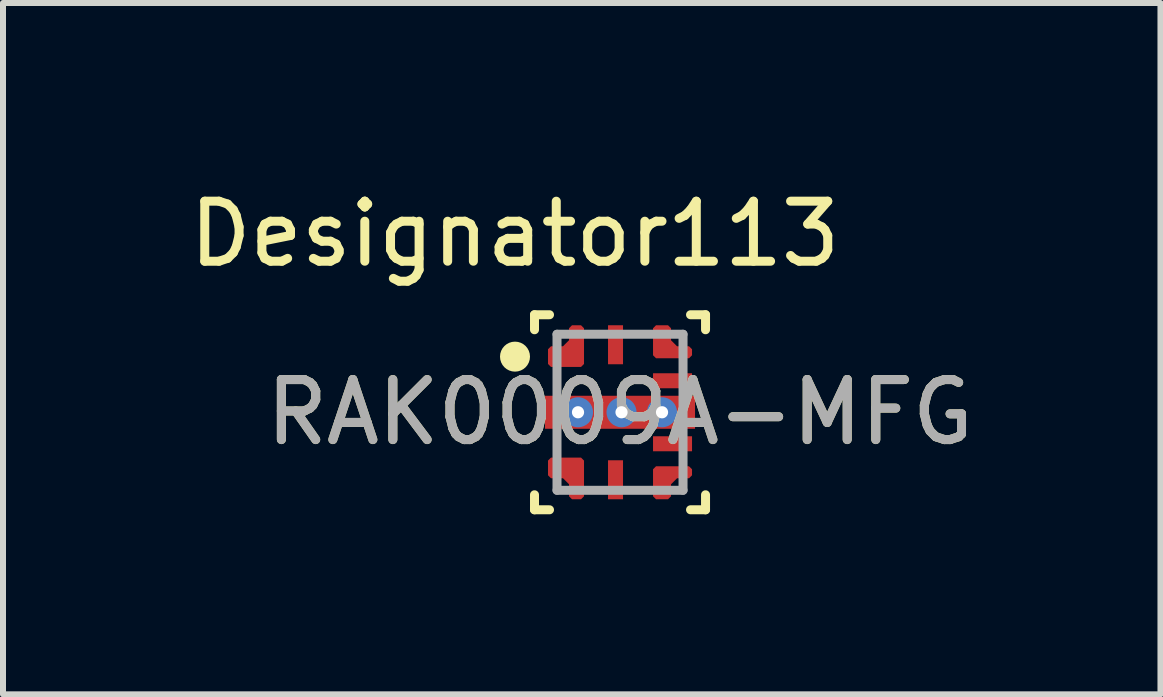
<source format=kicad_pcb>
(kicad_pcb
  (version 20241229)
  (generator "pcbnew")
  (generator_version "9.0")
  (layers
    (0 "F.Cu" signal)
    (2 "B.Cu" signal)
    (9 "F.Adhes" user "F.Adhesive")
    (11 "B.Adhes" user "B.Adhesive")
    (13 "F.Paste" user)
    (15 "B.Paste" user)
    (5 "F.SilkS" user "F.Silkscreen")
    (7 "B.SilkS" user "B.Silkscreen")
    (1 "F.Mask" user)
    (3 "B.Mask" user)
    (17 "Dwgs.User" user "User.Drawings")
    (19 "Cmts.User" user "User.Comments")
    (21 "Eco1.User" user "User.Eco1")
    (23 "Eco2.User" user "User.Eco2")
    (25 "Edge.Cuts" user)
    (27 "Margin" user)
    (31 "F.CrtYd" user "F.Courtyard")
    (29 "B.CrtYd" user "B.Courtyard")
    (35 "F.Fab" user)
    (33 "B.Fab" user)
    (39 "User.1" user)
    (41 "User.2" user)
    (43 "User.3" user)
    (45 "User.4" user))
  (footprint "RAK0009A-MFG"
    (layer "F.Cu")
    (at 7.282 3.82)
    (property "Reference" "RAK0009A-MFG" (at 0 0 0) (unlocked yes) (layer "F.SilkS") (effects (font (size 1 1) (thickness 0.15))))
    (attr smd)
    (fp_poly (pts (xy -1.15 -0.755) (xy -1.2 -0.805) (xy -1.2 -1.05) (xy -1.15 -1.1) (xy -0.95 -1.1) (xy -0.85 -1.2) (xy -0.85 -1.4) (xy -0.8 -1.45) (xy -0.65 -1.45) (xy -0.6 -1.4) (xy -0.6 -0.805) (xy -0.65 -0.755)) (stroke (width 0) (type solid)) (fill yes) (layer "F.Cu"))
    (fp_poly (pts (xy -1.15 0.755) (xy -1.2 0.805) (xy -1.2 1.05) (xy -1.15 1.1) (xy -0.95 1.1) (xy -0.85 1.2) (xy -0.85 1.4) (xy -0.8 1.45) (xy -0.65 1.45) (xy -0.6 1.4) (xy -0.6 0.805) (xy -0.65 0.755)) (stroke (width 0) (type solid)) (fill yes) (layer "F.Cu"))
    (fp_poly (pts (xy 1.15 -0.9) (xy 1.2 -0.95) (xy 1.2 -1.05) (xy 1.15 -1.1) (xy 0.95 -1.1) (xy 0.85 -1.2) (xy 0.85 -1.4) (xy 0.8 -1.45) (xy 0.6 -1.45) (xy 0.55 -1.4) (xy 0.55 -0.95) (xy 0.6 -0.9)) (stroke (width 0) (type solid)) (fill yes) (layer "F.Cu"))
    (fp_poly (pts (xy 1.15 0.9) (xy 1.2 0.95) (xy 1.2 1.05) (xy 1.15 1.1) (xy 0.95 1.1) (xy 0.85 1.2) (xy 0.85 1.4) (xy 0.8 1.45) (xy 0.6 1.45) (xy 0.55 1.4) (xy 0.55 0.95) (xy 0.6 0.9)) (stroke (width 0) (type solid)) (fill yes) (layer "F.Cu"))
    (fp_poly (pts (xy -1.15 -0.755) (xy -1.2 -0.805) (xy -1.2 -1.05) (xy -1.15 -1.1) (xy -0.95 -1.1) (xy -0.85 -1.2) (xy -0.85 -1.4) (xy -0.8 -1.45) (xy -0.65 -1.45) (xy -0.6 -1.4) (xy -0.6 -0.805) (xy -0.65 -0.755)) (stroke (width 0) (type solid)) (fill yes) (layer "F.Mask"))
    (fp_poly (pts (xy -1.15 0.755) (xy -0.65 0.755) (xy -0.6 0.805) (xy -0.6 1.4) (xy -0.65 1.45) (xy -0.8 1.45) (xy -0.85 1.4) (xy -0.85 1.2) (xy -0.95 1.1) (xy -1.15 1.1) (xy -1.2 1.05) (xy -1.2 0.805)) (stroke (width 0) (type solid)) (fill yes) (layer "F.Mask"))
    (fp_poly (pts (xy 1.15 -0.9) (xy 0.6 -0.9) (xy 0.55 -0.95) (xy 0.55 -1.4) (xy 0.6 -1.45) (xy 0.8 -1.45) (xy 0.85 -1.4) (xy 0.85 -1.2) (xy 0.95 -1.1) (xy 1.15 -1.1) (xy 1.2 -1.05) (xy 1.2 -0.95)) (stroke (width 0) (type solid)) (fill yes) (layer "F.Mask"))
    (fp_poly (pts (xy 1.15 0.9) (xy 1.2 0.95) (xy 1.2 1.05) (xy 1.15 1.1) (xy 0.95 1.1) (xy 0.85 1.2) (xy 0.85 1.4) (xy 0.8 1.45) (xy 0.6 1.45) (xy 0.55 1.4) (xy 0.55 0.95) (xy 0.6 0.9)) (stroke (width 0) (type solid)) (fill yes) (layer "F.Mask"))
    (fp_poly (pts (xy -1.15 0.225) (xy -1.2 0.175) (xy -1.2 -0.175) (xy -1.15 -0.225) (xy -0.059 -0.225) (xy -0.027 -0.214) (xy 0.037 -0.161) (xy 0.069 -0.15) (xy 1.15 -0.15) (xy 1.2 -0.1) (xy 1.2 0.1) (xy 1.15 0.15) (xy 0.069 0.15) (xy 0.037 0.161) (xy -0.027 0.214) (xy -0.059 0.225)) (stroke (width 0) (type solid)) (fill yes) (layer "F.Mask"))
    (fp_line (start -1.425 -1.625) (end -1.175 -1.625) (stroke (width 0.15) (type solid)) (layer "F.SilkS"))
    (fp_line (start -1.425 -1.375) (end -1.425 -1.625) (stroke (width 0.15) (type solid)) (layer "F.SilkS"))
    (fp_line (start -1.425 1.625) (end -1.425 1.375) (stroke (width 0.15) (type solid)) (layer "F.SilkS"))
    (fp_line (start -1.425 1.625) (end -1.175 1.625) (stroke (width 0.15) (type solid)) (layer "F.SilkS"))
    (fp_line (start 1.175 -1.625) (end 1.425 -1.625) (stroke (width 0.15) (type solid)) (layer "F.SilkS"))
    (fp_line (start 1.175 1.625) (end 1.425 1.625) (stroke (width 0.15) (type solid)) (layer "F.SilkS"))
    (fp_line (start 1.425 -1.375) (end 1.425 -1.625) (stroke (width 0.15) (type solid)) (layer "F.SilkS"))
    (fp_line (start 1.425 1.625) (end 1.425 1.375) (stroke (width 0.15) (type solid)) (layer "F.SilkS"))
    (fp_circle (center -1.75 -0.927) (end -1.625 -0.927) (stroke (width 0.25) (type solid)) (fill no) (layer "F.SilkS"))
    (fp_poly (pts (xy -1.15 0.205) (xy -1.2 0.155) (xy -1.2 -0.155) (xy -1.15 -0.205) (xy -0.15 -0.205) (xy -0.1 -0.155) (xy -0.1 0.155) (xy -0.15 0.205)) (stroke (width 0) (type solid)) (fill yes) (layer "F.Paste"))
    (fp_poly (pts (xy 0.15 0.15) (xy 0.1 0.1) (xy 0.1 -0.1) (xy 0.15 -0.15) (xy 1.15 -0.15) (xy 1.2 -0.1) (xy 1.2 0.1) (xy 1.15 0.15)) (stroke (width 0) (type solid)) (fill yes) (layer "F.Paste"))
    (fp_poly (pts (xy -1.15 -0.755) (xy -1.2 -0.805) (xy -1.2 -1.05) (xy -1.15 -1.1) (xy -0.95 -1.1) (xy -0.85 -1.2) (xy -0.85 -1.4) (xy -0.8 -1.45) (xy -0.69 -1.45) (xy -0.64 -1.4) (xy -0.64 -0.805) (xy -0.69 -0.755)) (stroke (width 0) (type solid)) (fill yes) (layer "F.Paste"))
    (fp_poly (pts (xy -1.15 0.755) (xy -1.2 0.805) (xy -1.2 1.05) (xy -1.15 1.1) (xy -0.95 1.1) (xy -0.85 1.2) (xy -0.85 1.4) (xy -0.8 1.45) (xy -0.69 1.45) (xy -0.64 1.4) (xy -0.64 0.805) (xy -0.69 0.755)) (stroke (width 0) (type solid)) (fill yes) (layer "F.Paste"))
    (fp_poly (pts (xy 1.15 -0.9) (xy 0.6 -0.9) (xy 0.55 -0.95) (xy 0.55 -1.4) (xy 0.6 -1.45) (xy 0.8 -1.45) (xy 0.85 -1.4) (xy 0.85 -1.2) (xy 0.95 -1.1) (xy 1.15 -1.1) (xy 1.2 -1.05) (xy 1.2 -0.95)) (stroke (width 0) (type solid)) (fill yes) (layer "F.Paste"))
    (fp_poly (pts (xy 1.15 0.9) (xy 1.2 0.95) (xy 1.2 1.05) (xy 1.15 1.1) (xy 0.95 1.1) (xy 0.85 1.2) (xy 0.85 1.4) (xy 0.8 1.45) (xy 0.6 1.45) (xy 0.55 1.4) (xy 0.55 0.95) (xy 0.6 0.9)) (stroke (width 0) (type solid)) (fill yes) (layer "F.Paste"))
    (fp_line (start -1.05 -1.3) (end 1.05 -1.3) (stroke (width 0.15) (type solid)) (layer "F.Fab"))
    (fp_line (start -1.05 1.3) (end -1.05 -1.3) (stroke (width 0.15) (type solid)) (layer "F.Fab"))
    (fp_line (start -1.05 1.3) (end 1.05 1.3) (stroke (width 0.15) (type solid)) (layer "F.Fab"))
    (fp_line (start 1.05 1.3) (end 1.05 -1.3) (stroke (width 0.15) (type solid)) (layer "F.Fab"))
    (fp_text user "Designator113" (at -1.753 -2.972 0) (unlocked yes) (layer "F.SilkS") (effects (font (size 1 1) (thickness 0.15))))
    (fp_text user "${REFERENCE}" (at 0 0 0) (unlocked yes) (layer "F.Fab") (effects (font (size 1 1) (thickness 0.15))))
    (pad "1" smd circle (at -0.787 -0.943) (size 0.337 0.337) (layers "F.Cu" "F.Mask"))
    (pad "2" smd rect (at 0 0) (size 2.5 0.55) (layers "F.Cu"))
    (pad "3" smd circle (at -0.787 0.963) (size 0.337 0.337) (layers "F.Cu" "F.Mask"))
    (pad "4" smd rect (at -0.075 1.125) (size 0.25 0.65) (layers "F.Cu" "F.Mask" "F.Paste"))
    (pad "5" smd circle (at 0.687 1.312) (size 0.247 0.247) (layers "F.Cu" "F.Mask" "F.Paste"))
    (pad "6" smd rect (at 0.875 0.525 90) (size 0.25 0.65) (layers "F.Cu" "F.Mask" "F.Paste"))
    (pad "7" smd rect (at 0.875 -0.525 90) (size 0.25 0.65) (layers "F.Cu" "F.Mask" "F.Paste"))
    (pad "8" smd circle (at 0.687 -1.312) (size 0.247 0.247) (layers "F.Cu" "F.Mask" "F.Paste"))
    (pad "9" smd rect (at -0.075 -1.125) (size 0.25 0.65) (layers "F.Cu" "F.Mask" "F.Paste"))
    (pad "10" thru_hole circle (at -0.7 0) (size 0.5 0.5) (drill 0.203) (layers "*.Cu" "*.Mask"))
    (pad "11" thru_hole circle (at 0.025 0) (size 0.5 0.5) (drill 0.203) (layers "*.Cu" "*.Mask"))
    (pad "12" thru_hole circle (at 0.7 0) (size 0.5 0.5) (drill 0.203) (layers "*.Cu" "*.Mask")))
  (gr_rect
    (start -3 -3)
    (end 16.288 8.52)
    (stroke (width 0.1) (type default))
    (fill no)
    (layer "Edge.Cuts")))
</source>
